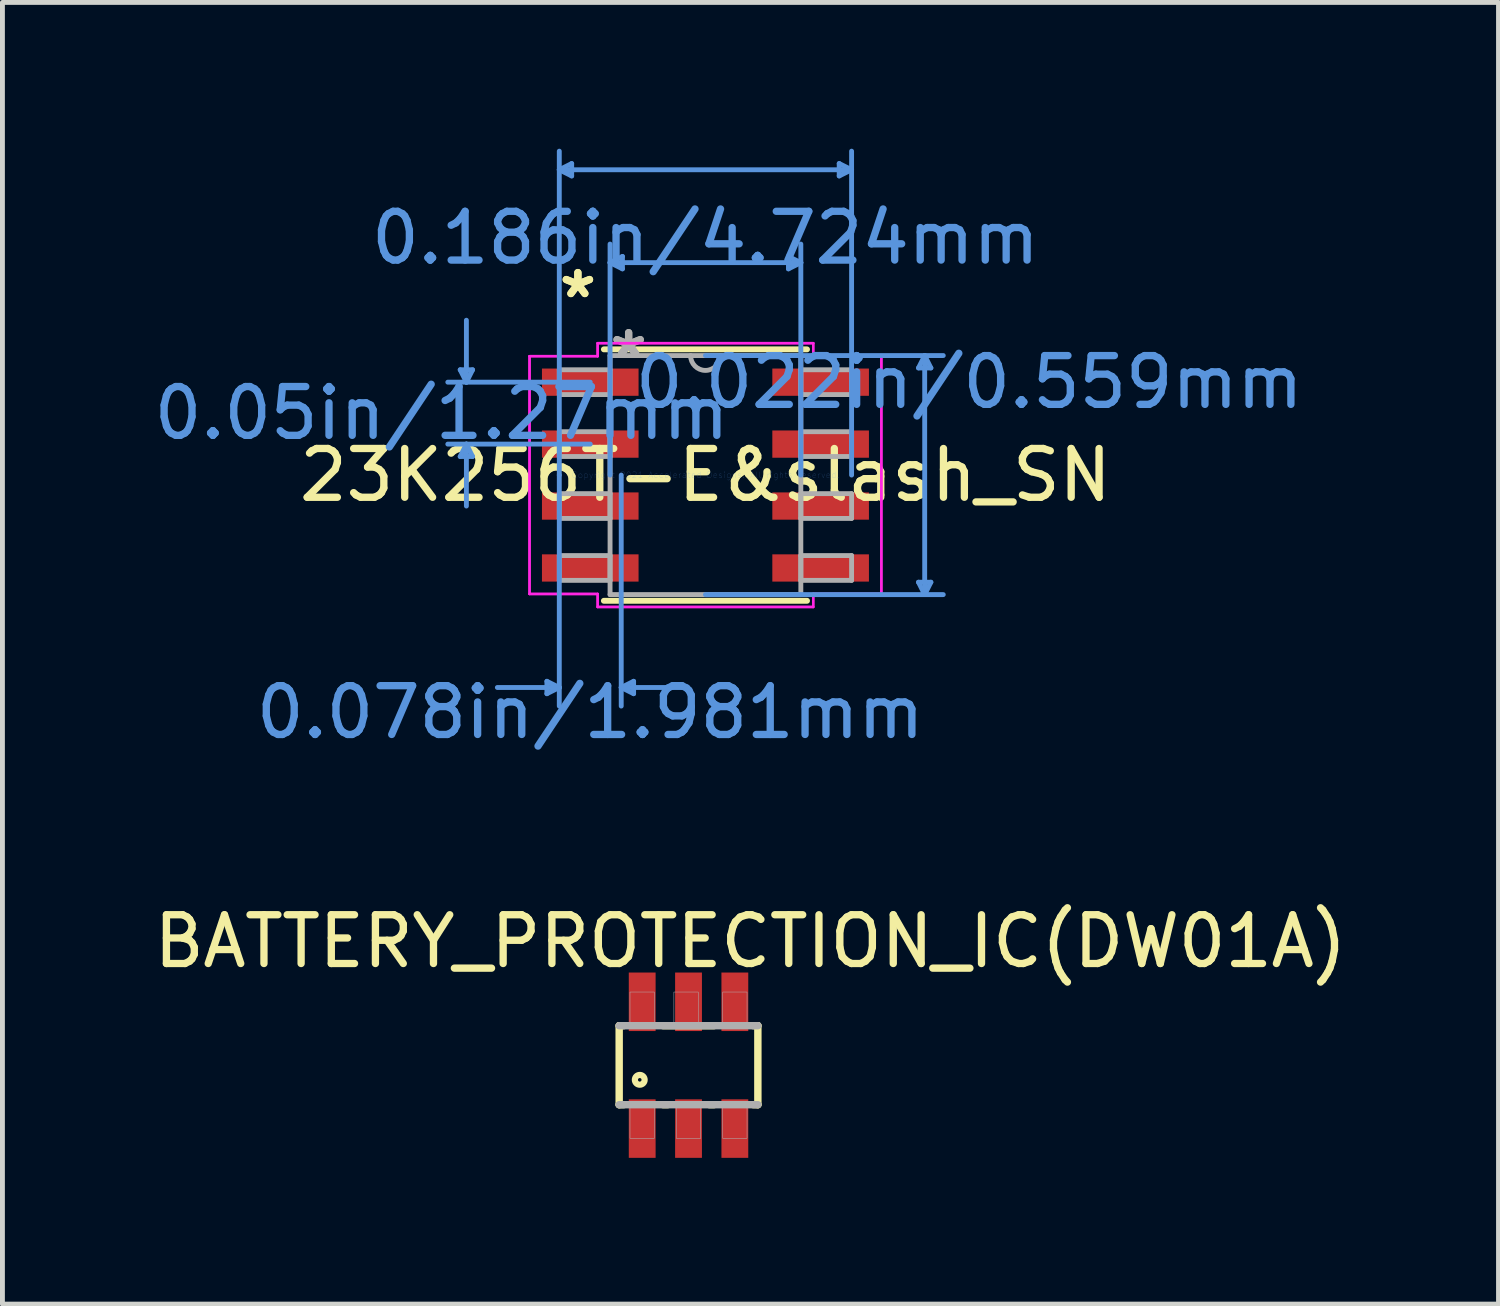
<source format=kicad_pcb>
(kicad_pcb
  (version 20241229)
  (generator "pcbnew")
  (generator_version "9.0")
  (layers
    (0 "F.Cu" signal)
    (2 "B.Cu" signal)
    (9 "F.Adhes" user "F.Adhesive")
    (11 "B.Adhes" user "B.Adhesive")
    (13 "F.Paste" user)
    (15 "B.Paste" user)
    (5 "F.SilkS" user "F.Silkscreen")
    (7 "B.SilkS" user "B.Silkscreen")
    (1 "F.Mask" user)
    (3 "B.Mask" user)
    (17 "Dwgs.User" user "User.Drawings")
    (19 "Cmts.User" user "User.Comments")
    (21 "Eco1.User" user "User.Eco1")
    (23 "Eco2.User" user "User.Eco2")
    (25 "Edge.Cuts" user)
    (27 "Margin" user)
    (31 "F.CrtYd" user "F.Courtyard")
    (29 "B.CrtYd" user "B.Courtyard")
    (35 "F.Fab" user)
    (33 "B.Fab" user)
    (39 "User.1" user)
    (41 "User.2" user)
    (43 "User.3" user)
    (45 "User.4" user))
  (footprint "BATTERY_PROTECTION_IC(DW01A)"
    (layer "F.Cu")
    (at 11.069 18.793)
    (property "Reference" "BATTERY_PROTECTION_IC(DW01A)" (at 1.27 -2.54 0) (layer "F.SilkS") (effects (font (size 1 1) (thickness 0.15))))
    (attr through_hole)
    (fp_line (start -1.422 -0.81) (end -1.328 -0.81) (stroke (width 0.152) (type solid)) (layer "F.SilkS"))
    (fp_line (start -1.422 0.81) (end -1.422 -0.81) (stroke (width 0.152) (type solid)) (layer "F.SilkS"))
    (fp_line (start -1.328 0.81) (end -1.422 0.81) (stroke (width 0.152) (type solid)) (layer "F.SilkS"))
    (fp_line (start -0.522 -0.81) (end 0.522 -0.81) (stroke (width 0.152) (type solid)) (layer "F.SilkS"))
    (fp_line (start -0.428 0.81) (end -0.522 0.81) (stroke (width 0.152) (type solid)) (layer "F.SilkS"))
    (fp_line (start 0.522 0.81) (end 0.428 0.81) (stroke (width 0.152) (type solid)) (layer "F.SilkS"))
    (fp_line (start 1.328 -0.81) (end 1.422 -0.81) (stroke (width 0.152) (type solid)) (layer "F.SilkS"))
    (fp_line (start 1.422 -0.81) (end 1.422 0.81) (stroke (width 0.152) (type solid)) (layer "F.SilkS"))
    (fp_line (start 1.422 0.81) (end 1.328 0.81) (stroke (width 0.152) (type solid)) (layer "F.SilkS"))
    (fp_circle (center -1 0.3) (end -0.9 0.3) (stroke (width 0.127) (type solid)) (fill no) (layer "F.SilkS"))
    (fp_line (start -1.422 -0.81) (end 1.422 -0.81) (stroke (width 0.152) (type solid)) (layer "F.Fab"))
    (fp_line (start 1.422 0.81) (end -1.422 0.81) (stroke (width 0.152) (type solid)) (layer "F.Fab"))
    (fp_poly (pts (xy -1.2 -1.5) (xy -0.7 -1.5) (xy -0.7 -0.85) (xy -1.2 -0.85)) (stroke (width 0.01) (type solid)) (fill no) (layer "F.Fab"))
    (fp_poly (pts (xy -1.2 0.85) (xy -0.7 0.85) (xy -0.7 1.5) (xy -1.2 1.5)) (stroke (width 0.01) (type solid)) (fill no) (layer "F.Fab"))
    (fp_poly (pts (xy -0.3 -1.5) (xy 0.2 -1.5) (xy 0.2 -0.85) (xy -0.3 -0.85)) (stroke (width 0.01) (type solid)) (fill no) (layer "F.Fab"))
    (fp_poly (pts (xy -0.25 0.85) (xy 0.25 0.85) (xy 0.25 1.5) (xy -0.25 1.5)) (stroke (width 0.01) (type solid)) (fill no) (layer "F.Fab"))
    (fp_poly (pts (xy 0.7 -1.5) (xy 1.2 -1.5) (xy 1.2 -0.85) (xy 0.7 -0.85)) (stroke (width 0.01) (type solid)) (fill no) (layer "F.Fab"))
    (fp_poly (pts (xy 0.7 0.85) (xy 1.2 0.85) (xy 1.2 1.5) (xy 0.7 1.5)) (stroke (width 0.01) (type solid)) (fill no) (layer "F.Fab"))
    (pad "1" smd rect (at -0.95 1.3) (size 0.55 1.2) (layers "F.Cu" "F.Mask" "F.Paste"))
    (pad "2" smd rect (at 0 1.3) (size 0.55 1.2) (layers "F.Cu" "F.Mask" "F.Paste"))
    (pad "3" smd rect (at 0.95 1.3) (size 0.55 1.2) (layers "F.Cu" "F.Mask" "F.Paste"))
    (pad "4" smd rect (at 0.95 -1.3) (size 0.55 1.2) (layers "F.Cu" "F.Mask" "F.Paste"))
    (pad "5" smd rect (at 0 -1.3) (size 0.55 1.2) (layers "F.Cu" "F.Mask" "F.Paste"))
    (pad "6" smd rect (at -0.95 -1.3) (size 0.55 1.2) (layers "F.Cu" "F.Mask" "F.Paste")))
  (footprint "23K256T-E&slash_SN"
    (layer "F.Cu")
    (at 11.416 6.692)
    (property "Reference" "23K256T-E&slash_SN" (at 0 0 0) (layer "F.SilkS") (effects (font (size 1 1) (thickness 0.15))))
    (attr through_hole)
    (fp_line (start -2.083 2.578) (end 2.083 2.578) (stroke (width 0.12) (type solid)) (layer "F.SilkS"))
    (fp_line (start 2.083 -2.578) (end -2.083 -2.578) (stroke (width 0.12) (type solid)) (layer "F.SilkS"))
    (fp_line (start -5.029 -2.159) (end -4.775 -2.159) (stroke (width 0.1) (type solid)) (layer "Cmts.User"))
    (fp_line (start -5.029 -0.381) (end -4.775 -0.381) (stroke (width 0.1) (type solid)) (layer "Cmts.User"))
    (fp_line (start -4.902 -1.905) (end -5.029 -2.159) (stroke (width 0.1) (type solid)) (layer "Cmts.User"))
    (fp_line (start -4.902 -1.905) (end -4.902 -3.175) (stroke (width 0.1) (type solid)) (layer "Cmts.User"))
    (fp_line (start -4.902 -1.905) (end -4.775 -2.159) (stroke (width 0.1) (type solid)) (layer "Cmts.User"))
    (fp_line (start -4.902 -0.635) (end -5.029 -0.381) (stroke (width 0.1) (type solid)) (layer "Cmts.User"))
    (fp_line (start -4.902 -0.635) (end -4.902 0.635) (stroke (width 0.1) (type solid)) (layer "Cmts.User"))
    (fp_line (start -4.902 -0.635) (end -4.775 -0.381) (stroke (width 0.1) (type solid)) (layer "Cmts.User"))
    (fp_line (start -3.251 4.229) (end -3.251 4.483) (stroke (width 0.1) (type solid)) (layer "Cmts.User"))
    (fp_line (start -2.997 -6.261) (end -2.743 -6.388) (stroke (width 0.1) (type solid)) (layer "Cmts.User"))
    (fp_line (start -2.997 -6.261) (end -2.743 -6.134) (stroke (width 0.1) (type solid)) (layer "Cmts.User"))
    (fp_line (start -2.997 -6.261) (end 2.997 -6.261) (stroke (width 0.1) (type solid)) (layer "Cmts.User"))
    (fp_line (start -2.997 0) (end -2.997 -6.642) (stroke (width 0.1) (type solid)) (layer "Cmts.User"))
    (fp_line (start -2.997 0) (end -2.997 4.737) (stroke (width 0.1) (type solid)) (layer "Cmts.User"))
    (fp_line (start -2.997 4.356) (end -4.267 4.356) (stroke (width 0.1) (type solid)) (layer "Cmts.User"))
    (fp_line (start -2.997 4.356) (end -3.251 4.229) (stroke (width 0.1) (type solid)) (layer "Cmts.User"))
    (fp_line (start -2.997 4.356) (end -3.251 4.483) (stroke (width 0.1) (type solid)) (layer "Cmts.User"))
    (fp_line (start -2.743 -6.388) (end -2.743 -6.134) (stroke (width 0.1) (type solid)) (layer "Cmts.User"))
    (fp_line (start -2.362 -1.905) (end -5.283 -1.905) (stroke (width 0.1) (type solid)) (layer "Cmts.User"))
    (fp_line (start -2.362 -0.635) (end -5.283 -0.635) (stroke (width 0.1) (type solid)) (layer "Cmts.User"))
    (fp_line (start -1.956 -4.356) (end -1.702 -4.483) (stroke (width 0.1) (type solid)) (layer "Cmts.User"))
    (fp_line (start -1.956 -4.356) (end -1.702 -4.229) (stroke (width 0.1) (type solid)) (layer "Cmts.User"))
    (fp_line (start -1.956 -4.356) (end 1.956 -4.356) (stroke (width 0.1) (type solid)) (layer "Cmts.User"))
    (fp_line (start -1.956 0) (end -1.956 -4.737) (stroke (width 0.1) (type solid)) (layer "Cmts.User"))
    (fp_line (start -1.727 0) (end -1.727 4.737) (stroke (width 0.1) (type solid)) (layer "Cmts.User"))
    (fp_line (start -1.727 4.356) (end -1.473 4.229) (stroke (width 0.1) (type solid)) (layer "Cmts.User"))
    (fp_line (start -1.727 4.356) (end -1.473 4.483) (stroke (width 0.1) (type solid)) (layer "Cmts.User"))
    (fp_line (start -1.727 4.356) (end -0.457 4.356) (stroke (width 0.1) (type solid)) (layer "Cmts.User"))
    (fp_line (start -1.702 -4.483) (end -1.702 -4.229) (stroke (width 0.1) (type solid)) (layer "Cmts.User"))
    (fp_line (start -1.473 4.229) (end -1.473 4.483) (stroke (width 0.1) (type solid)) (layer "Cmts.User"))
    (fp_line (start 0 -2.451) (end 4.877 -2.451) (stroke (width 0.1) (type solid)) (layer "Cmts.User"))
    (fp_line (start 0 2.451) (end 4.877 2.451) (stroke (width 0.1) (type solid)) (layer "Cmts.User"))
    (fp_line (start 1.702 -4.483) (end 1.702 -4.229) (stroke (width 0.1) (type solid)) (layer "Cmts.User"))
    (fp_line (start 1.956 -4.356) (end 1.702 -4.483) (stroke (width 0.1) (type solid)) (layer "Cmts.User"))
    (fp_line (start 1.956 -4.356) (end 1.702 -4.229) (stroke (width 0.1) (type solid)) (layer "Cmts.User"))
    (fp_line (start 1.956 0) (end 1.956 -4.737) (stroke (width 0.1) (type solid)) (layer "Cmts.User"))
    (fp_line (start 2.743 -6.388) (end 2.743 -6.134) (stroke (width 0.1) (type solid)) (layer "Cmts.User"))
    (fp_line (start 2.997 -6.261) (end 2.743 -6.388) (stroke (width 0.1) (type solid)) (layer "Cmts.User"))
    (fp_line (start 2.997 -6.261) (end 2.743 -6.134) (stroke (width 0.1) (type solid)) (layer "Cmts.User"))
    (fp_line (start 2.997 0) (end 2.997 -6.642) (stroke (width 0.1) (type solid)) (layer "Cmts.User"))
    (fp_line (start 4.369 -2.197) (end 4.623 -2.197) (stroke (width 0.1) (type solid)) (layer "Cmts.User"))
    (fp_line (start 4.369 2.197) (end 4.623 2.197) (stroke (width 0.1) (type solid)) (layer "Cmts.User"))
    (fp_line (start 4.496 -2.451) (end 4.369 -2.197) (stroke (width 0.1) (type solid)) (layer "Cmts.User"))
    (fp_line (start 4.496 -2.451) (end 4.496 2.451) (stroke (width 0.1) (type solid)) (layer "Cmts.User"))
    (fp_line (start 4.496 -2.451) (end 4.623 -2.197) (stroke (width 0.1) (type solid)) (layer "Cmts.User"))
    (fp_line (start 4.496 2.451) (end 4.369 2.197) (stroke (width 0.1) (type solid)) (layer "Cmts.User"))
    (fp_line (start 4.496 2.451) (end 4.623 2.197) (stroke (width 0.1) (type solid)) (layer "Cmts.User"))
    (fp_line (start -3.607 -2.438) (end -2.21 -2.438) (stroke (width 0.05) (type solid)) (layer "F.CrtYd"))
    (fp_line (start -3.607 -2.438) (end -2.21 -2.438) (stroke (width 0.05) (type solid)) (layer "F.CrtYd"))
    (fp_line (start -3.607 2.438) (end -3.607 -2.438) (stroke (width 0.05) (type solid)) (layer "F.CrtYd"))
    (fp_line (start -3.607 2.438) (end -3.607 -2.438) (stroke (width 0.05) (type solid)) (layer "F.CrtYd"))
    (fp_line (start -3.607 2.438) (end -2.21 2.438) (stroke (width 0.05) (type solid)) (layer "F.CrtYd"))
    (fp_line (start -2.21 -2.705) (end 2.21 -2.705) (stroke (width 0.05) (type solid)) (layer "F.CrtYd"))
    (fp_line (start -2.21 -2.705) (end 2.21 -2.705) (stroke (width 0.05) (type solid)) (layer "F.CrtYd"))
    (fp_line (start -2.21 -2.438) (end -2.21 -2.705) (stroke (width 0.05) (type solid)) (layer "F.CrtYd"))
    (fp_line (start -2.21 -2.438) (end -2.21 -2.705) (stroke (width 0.05) (type solid)) (layer "F.CrtYd"))
    (fp_line (start -2.21 2.438) (end -3.607 2.438) (stroke (width 0.05) (type solid)) (layer "F.CrtYd"))
    (fp_line (start -2.21 2.705) (end -2.21 2.438) (stroke (width 0.05) (type solid)) (layer "F.CrtYd"))
    (fp_line (start -2.21 2.705) (end -2.21 2.438) (stroke (width 0.05) (type solid)) (layer "F.CrtYd"))
    (fp_line (start 2.21 -2.705) (end 2.21 -2.438) (stroke (width 0.05) (type solid)) (layer "F.CrtYd"))
    (fp_line (start 2.21 -2.705) (end 2.21 -2.438) (stroke (width 0.05) (type solid)) (layer "F.CrtYd"))
    (fp_line (start 2.21 -2.438) (end 3.607 -2.438) (stroke (width 0.05) (type solid)) (layer "F.CrtYd"))
    (fp_line (start 2.21 2.438) (end 2.21 2.705) (stroke (width 0.05) (type solid)) (layer "F.CrtYd"))
    (fp_line (start 2.21 2.438) (end 2.21 2.705) (stroke (width 0.05) (type solid)) (layer "F.CrtYd"))
    (fp_line (start 2.21 2.705) (end -2.21 2.705) (stroke (width 0.05) (type solid)) (layer "F.CrtYd"))
    (fp_line (start 2.21 2.705) (end -2.21 2.705) (stroke (width 0.05) (type solid)) (layer "F.CrtYd"))
    (fp_line (start 3.607 -2.438) (end 2.21 -2.438) (stroke (width 0.05) (type solid)) (layer "F.CrtYd"))
    (fp_line (start 3.607 -2.438) (end 3.607 2.438) (stroke (width 0.05) (type solid)) (layer "F.CrtYd"))
    (fp_line (start 3.607 -2.438) (end 3.607 2.438) (stroke (width 0.05) (type solid)) (layer "F.CrtYd"))
    (fp_line (start 3.607 2.438) (end 2.21 2.438) (stroke (width 0.05) (type solid)) (layer "F.CrtYd"))
    (fp_line (start 3.607 2.438) (end 2.21 2.438) (stroke (width 0.05) (type solid)) (layer "F.CrtYd"))
    (fp_line (start -2.997 -2.159) (end -2.997 -1.651) (stroke (width 0.1) (type solid)) (layer "F.Fab"))
    (fp_line (start -2.997 -1.651) (end -1.956 -1.651) (stroke (width 0.1) (type solid)) (layer "F.Fab"))
    (fp_line (start -2.997 -0.889) (end -2.997 -0.381) (stroke (width 0.1) (type solid)) (layer "F.Fab"))
    (fp_line (start -2.997 -0.381) (end -1.956 -0.381) (stroke (width 0.1) (type solid)) (layer "F.Fab"))
    (fp_line (start -2.997 0.381) (end -2.997 0.889) (stroke (width 0.1) (type solid)) (layer "F.Fab"))
    (fp_line (start -2.997 0.889) (end -1.956 0.889) (stroke (width 0.1) (type solid)) (layer "F.Fab"))
    (fp_line (start -2.997 1.651) (end -2.997 2.159) (stroke (width 0.1) (type solid)) (layer "F.Fab"))
    (fp_line (start -2.997 2.159) (end -1.956 2.159) (stroke (width 0.1) (type solid)) (layer "F.Fab"))
    (fp_line (start -1.956 -2.451) (end -1.956 2.451) (stroke (width 0.1) (type solid)) (layer "F.Fab"))
    (fp_line (start -1.956 -2.159) (end -2.997 -2.159) (stroke (width 0.1) (type solid)) (layer "F.Fab"))
    (fp_line (start -1.956 -1.651) (end -1.956 -2.159) (stroke (width 0.1) (type solid)) (layer "F.Fab"))
    (fp_line (start -1.956 -0.889) (end -2.997 -0.889) (stroke (width 0.1) (type solid)) (layer "F.Fab"))
    (fp_line (start -1.956 -0.381) (end -1.956 -0.889) (stroke (width 0.1) (type solid)) (layer "F.Fab"))
    (fp_line (start -1.956 0.381) (end -2.997 0.381) (stroke (width 0.1) (type solid)) (layer "F.Fab"))
    (fp_line (start -1.956 0.889) (end -1.956 0.381) (stroke (width 0.1) (type solid)) (layer "F.Fab"))
    (fp_line (start -1.956 1.651) (end -2.997 1.651) (stroke (width 0.1) (type solid)) (layer "F.Fab"))
    (fp_line (start -1.956 2.159) (end -1.956 1.651) (stroke (width 0.1) (type solid)) (layer "F.Fab"))
    (fp_line (start -1.956 2.451) (end 1.956 2.451) (stroke (width 0.1) (type solid)) (layer "F.Fab"))
    (fp_line (start 1.956 -2.451) (end -1.956 -2.451) (stroke (width 0.1) (type solid)) (layer "F.Fab"))
    (fp_line (start 1.956 -2.159) (end 1.956 -1.651) (stroke (width 0.1) (type solid)) (layer "F.Fab"))
    (fp_line (start 1.956 -1.651) (end 2.997 -1.651) (stroke (width 0.1) (type solid)) (layer "F.Fab"))
    (fp_line (start 1.956 -0.889) (end 1.956 -0.381) (stroke (width 0.1) (type solid)) (layer "F.Fab"))
    (fp_line (start 1.956 -0.381) (end 2.997 -0.381) (stroke (width 0.1) (type solid)) (layer "F.Fab"))
    (fp_line (start 1.956 0.381) (end 1.956 0.889) (stroke (width 0.1) (type solid)) (layer "F.Fab"))
    (fp_line (start 1.956 0.889) (end 2.997 0.889) (stroke (width 0.1) (type solid)) (layer "F.Fab"))
    (fp_line (start 1.956 1.651) (end 1.956 2.159) (stroke (width 0.1) (type solid)) (layer "F.Fab"))
    (fp_line (start 1.956 2.159) (end 2.997 2.159) (stroke (width 0.1) (type solid)) (layer "F.Fab"))
    (fp_line (start 1.956 2.451) (end 1.956 -2.451) (stroke (width 0.1) (type solid)) (layer "F.Fab"))
    (fp_line (start 2.997 -2.159) (end 1.956 -2.159) (stroke (width 0.1) (type solid)) (layer "F.Fab"))
    (fp_line (start 2.997 -1.651) (end 2.997 -2.159) (stroke (width 0.1) (type solid)) (layer "F.Fab"))
    (fp_line (start 2.997 -0.889) (end 1.956 -0.889) (stroke (width 0.1) (type solid)) (layer "F.Fab"))
    (fp_line (start 2.997 -0.381) (end 2.997 -0.889) (stroke (width 0.1) (type solid)) (layer "F.Fab"))
    (fp_line (start 2.997 0.381) (end 1.956 0.381) (stroke (width 0.1) (type solid)) (layer "F.Fab"))
    (fp_line (start 2.997 0.889) (end 2.997 0.381) (stroke (width 0.1) (type solid)) (layer "F.Fab"))
    (fp_line (start 2.997 1.651) (end 1.956 1.651) (stroke (width 0.1) (type solid)) (layer "F.Fab"))
    (fp_line (start 2.997 2.159) (end 2.997 1.651) (stroke (width 0.1) (type solid)) (layer "F.Fab"))
    (fp_arc (start 0.3048 -2.4511) (mid 0 -2.1463) (end -0.3048 -2.4511) (stroke (width 0.1) (type solid)) (layer "F.Fab"))
    (fp_text user "*" (at -2.616 -3.607 0) (layer "F.SilkS") (effects (font (size 1 1) (thickness 0.15))))
    (fp_text user "*" (at -2.616 -3.607 0) (layer "F.SilkS") (effects (font (size 1 1) (thickness 0.15))))
    (fp_text user "0.022in/0.559mm" (at 5.41 -1.905 0) (layer "Cmts.User") (effects (font (size 1 1) (thickness 0.15))))
    (fp_text user "0.05in/1.27mm" (at -5.41 -1.27 0) (layer "Cmts.User") (effects (font (size 1 1) (thickness 0.15))))
    (fp_text user "0.078in/1.981mm" (at -2.362 4.864 0) (layer "Cmts.User") (effects (font (size 1 1) (thickness 0.15))))
    (fp_text user "0.186in/4.724mm" (at 0 -4.864 0) (layer "Cmts.User") (effects (font (size 1 1) (thickness 0.15))))
    (fp_text user "Copyright 2021 Accelerated Designs. All rights reserved." (at 0 0 0) (layer "Cmts.User") (effects (font (size 0.127 0.127) (thickness 0.002))))
    (fp_text user "*" (at -1.575 -2.375 0) (layer "F.Fab") (effects (font (size 1 1) (thickness 0.15))))
    (fp_text user "*" (at -1.575 -2.375 0) (layer "F.Fab") (effects (font (size 1 1) (thickness 0.15))))
    (pad "1" smd rect (at -2.362 -1.905) (size 1.981 0.559) (layers "F.Cu" "F.Mask" "F.Paste"))
    (pad "2" smd rect (at -2.362 -0.635) (size 1.981 0.559) (layers "F.Cu" "F.Mask" "F.Paste"))
    (pad "3" smd rect (at -2.362 0.635) (size 1.981 0.559) (layers "F.Cu" "F.Mask" "F.Paste"))
    (pad "4" smd rect (at -2.362 1.905) (size 1.981 0.559) (layers "F.Cu" "F.Mask" "F.Paste"))
    (pad "5" smd rect (at 2.362 1.905) (size 1.981 0.559) (layers "F.Cu" "F.Mask" "F.Paste"))
    (pad "6" smd rect (at 2.362 0.635) (size 1.981 0.559) (layers "F.Cu" "F.Mask" "F.Paste"))
    (pad "7" smd rect (at 2.362 -0.635) (size 1.981 0.559) (layers "F.Cu" "F.Mask" "F.Paste"))
    (pad "8" smd rect (at 2.362 -1.905) (size 1.981 0.559) (layers "F.Cu" "F.Mask" "F.Paste")))
  (gr_rect
    (start -3 -3)
    (end 27.679 23.693)
    (stroke (width 0.1) (type default))
    (fill no)
    (layer "Edge.Cuts")))
</source>
